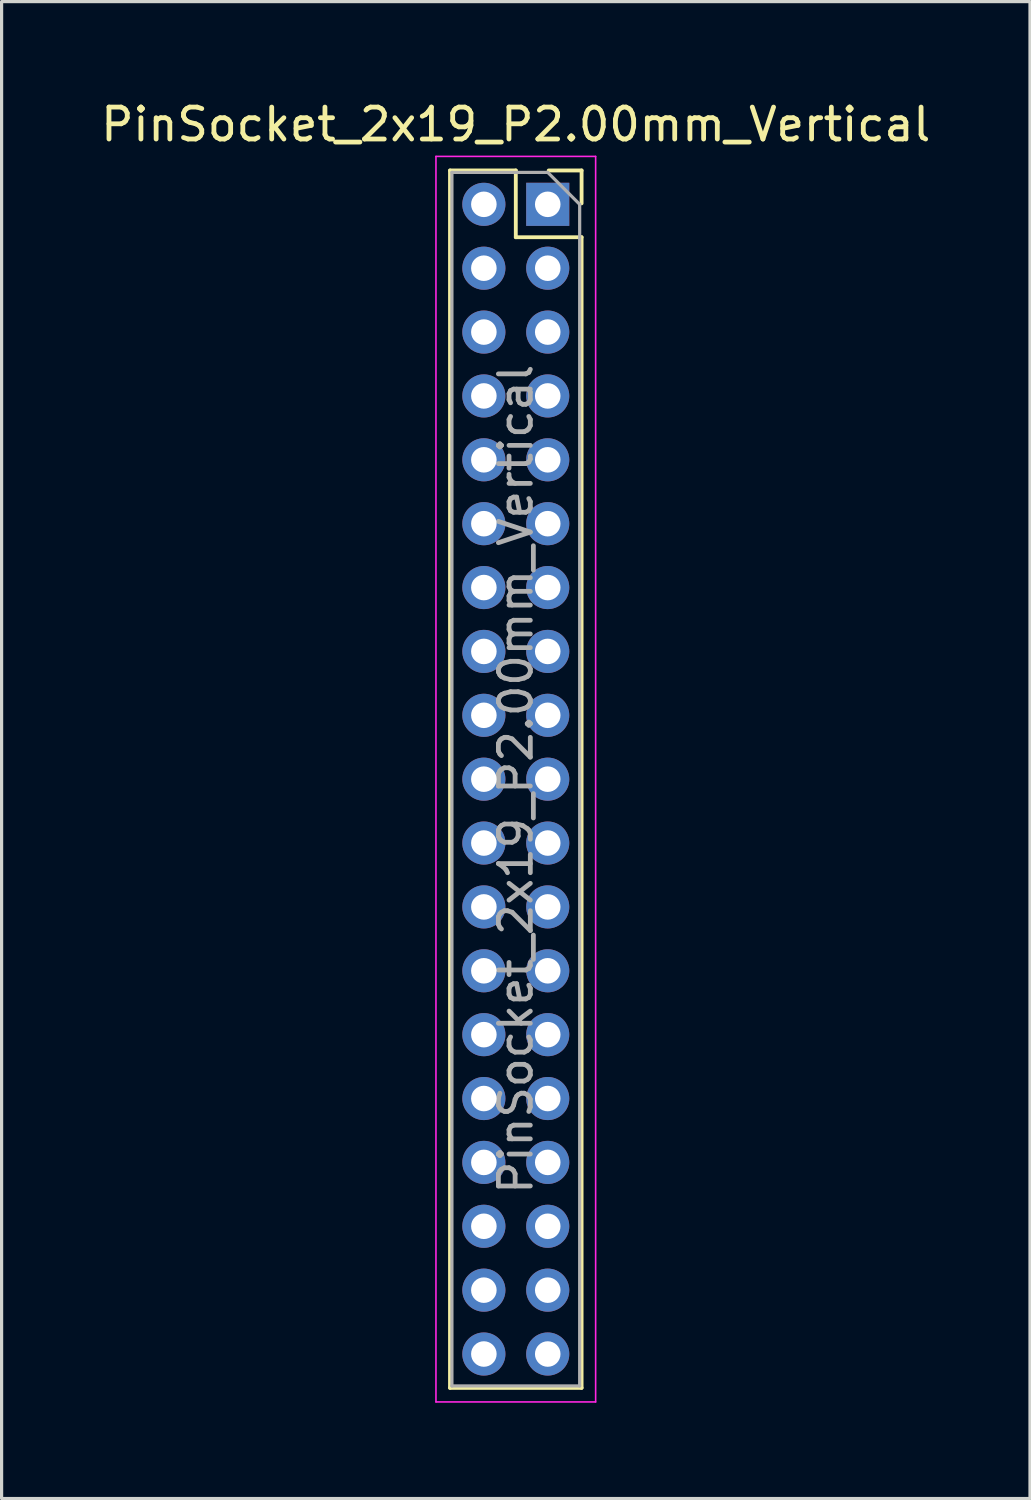
<source format=kicad_pcb>
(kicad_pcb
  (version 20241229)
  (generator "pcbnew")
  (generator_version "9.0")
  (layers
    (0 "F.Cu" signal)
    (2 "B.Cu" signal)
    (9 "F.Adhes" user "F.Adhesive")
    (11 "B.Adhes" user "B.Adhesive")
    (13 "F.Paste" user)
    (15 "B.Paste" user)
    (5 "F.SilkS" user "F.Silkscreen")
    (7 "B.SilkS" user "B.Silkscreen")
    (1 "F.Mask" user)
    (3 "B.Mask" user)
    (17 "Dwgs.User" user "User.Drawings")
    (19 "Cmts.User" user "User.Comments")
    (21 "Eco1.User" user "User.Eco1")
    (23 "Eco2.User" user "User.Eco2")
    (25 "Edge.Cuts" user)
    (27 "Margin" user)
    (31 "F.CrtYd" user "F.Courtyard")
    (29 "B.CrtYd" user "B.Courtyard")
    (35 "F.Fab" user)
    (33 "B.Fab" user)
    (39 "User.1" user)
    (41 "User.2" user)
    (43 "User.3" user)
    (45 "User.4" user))
  (footprint "PinSocket_2x19_P2.00mm_Vertical"
    (layer "F.Cu")
    (at 14.101 3.348)
    (property "Reference" "PinSocket_2x19_P2.00mm_Vertical" (at -1 -2.5 0) (layer "F.SilkS") (effects (font (size 1 1) (thickness 0.15))))
    (attr through_hole)
    (fp_line (start -3.06 -1.06) (end -3.06 37.06) (stroke (width 0.12) (type solid)) (layer "F.SilkS"))
    (fp_line (start -3.06 37.06) (end 1.06 37.06) (stroke (width 0.12) (type solid)) (layer "F.SilkS"))
    (fp_line (start -1 -1.06) (end -3.06 -1.06) (stroke (width 0.12) (type solid)) (layer "F.SilkS"))
    (fp_line (start -1 1.03) (end -1 -1.06) (stroke (width 0.12) (type solid)) (layer "F.SilkS"))
    (fp_line (start 1.06 -1.06) (end 0.03 -1.06) (stroke (width 0.12) (type solid)) (layer "F.SilkS"))
    (fp_line (start 1.06 -0.03) (end 1.06 -1.06) (stroke (width 0.12) (type solid)) (layer "F.SilkS"))
    (fp_line (start 1.06 1.03) (end -1 1.03) (stroke (width 0.12) (type solid)) (layer "F.SilkS"))
    (fp_line (start 1.06 37.06) (end 1.06 1.03) (stroke (width 0.12) (type solid)) (layer "F.SilkS"))
    (fp_line (start -3.5 -1.5) (end 1.5 -1.5) (stroke (width 0.05) (type solid)) (layer "F.CrtYd"))
    (fp_line (start -3.5 37.5) (end -3.5 -1.5) (stroke (width 0.05) (type solid)) (layer "F.CrtYd"))
    (fp_line (start 1.5 -1.5) (end 1.5 37.5) (stroke (width 0.05) (type solid)) (layer "F.CrtYd"))
    (fp_line (start 1.5 37.5) (end -3.5 37.5) (stroke (width 0.05) (type solid)) (layer "F.CrtYd"))
    (fp_line (start -3 -1) (end 0 -1) (stroke (width 0.1) (type solid)) (layer "F.Fab"))
    (fp_line (start -3 37) (end -3 -1) (stroke (width 0.1) (type solid)) (layer "F.Fab"))
    (fp_line (start 0 -1) (end 1 0) (stroke (width 0.1) (type solid)) (layer "F.Fab"))
    (fp_line (start 1 0) (end 1 37) (stroke (width 0.1) (type solid)) (layer "F.Fab"))
    (fp_line (start 1 37) (end -3 37) (stroke (width 0.1) (type solid)) (layer "F.Fab"))
    (fp_text user "${REFERENCE}" (at -1 18 90) (layer "F.Fab") (effects (font (size 1 1) (thickness 0.15))))
    (pad "1" thru_hole rect (at 0 0) (size 1.35 1.35) (drill 0.8) (layers "*.Cu" "*.Mask"))
    (pad "2" thru_hole oval (at -2 0) (size 1.35 1.35) (drill 0.8) (layers "*.Cu" "*.Mask"))
    (pad "3" thru_hole oval (at 0 2) (size 1.35 1.35) (drill 0.8) (layers "*.Cu" "*.Mask"))
    (pad "4" thru_hole oval (at -2 2) (size 1.35 1.35) (drill 0.8) (layers "*.Cu" "*.Mask"))
    (pad "5" thru_hole oval (at 0 4) (size 1.35 1.35) (drill 0.8) (layers "*.Cu" "*.Mask"))
    (pad "6" thru_hole oval (at -2 4) (size 1.35 1.35) (drill 0.8) (layers "*.Cu" "*.Mask"))
    (pad "7" thru_hole oval (at 0 6) (size 1.35 1.35) (drill 0.8) (layers "*.Cu" "*.Mask"))
    (pad "8" thru_hole oval (at -2 6) (size 1.35 1.35) (drill 0.8) (layers "*.Cu" "*.Mask"))
    (pad "9" thru_hole oval (at 0 8) (size 1.35 1.35) (drill 0.8) (layers "*.Cu" "*.Mask"))
    (pad "10" thru_hole oval (at -2 8) (size 1.35 1.35) (drill 0.8) (layers "*.Cu" "*.Mask"))
    (pad "11" thru_hole oval (at 0 10) (size 1.35 1.35) (drill 0.8) (layers "*.Cu" "*.Mask"))
    (pad "12" thru_hole oval (at -2 10) (size 1.35 1.35) (drill 0.8) (layers "*.Cu" "*.Mask"))
    (pad "13" thru_hole oval (at 0 12) (size 1.35 1.35) (drill 0.8) (layers "*.Cu" "*.Mask"))
    (pad "14" thru_hole oval (at -2 12) (size 1.35 1.35) (drill 0.8) (layers "*.Cu" "*.Mask"))
    (pad "15" thru_hole oval (at 0 14) (size 1.35 1.35) (drill 0.8) (layers "*.Cu" "*.Mask"))
    (pad "16" thru_hole oval (at -2 14) (size 1.35 1.35) (drill 0.8) (layers "*.Cu" "*.Mask"))
    (pad "17" thru_hole oval (at 0 16) (size 1.35 1.35) (drill 0.8) (layers "*.Cu" "*.Mask"))
    (pad "18" thru_hole oval (at -2 16) (size 1.35 1.35) (drill 0.8) (layers "*.Cu" "*.Mask"))
    (pad "19" thru_hole oval (at 0 18) (size 1.35 1.35) (drill 0.8) (layers "*.Cu" "*.Mask"))
    (pad "20" thru_hole oval (at -2 18) (size 1.35 1.35) (drill 0.8) (layers "*.Cu" "*.Mask"))
    (pad "21" thru_hole oval (at 0 20) (size 1.35 1.35) (drill 0.8) (layers "*.Cu" "*.Mask"))
    (pad "22" thru_hole oval (at -2 20) (size 1.35 1.35) (drill 0.8) (layers "*.Cu" "*.Mask"))
    (pad "23" thru_hole oval (at 0 22) (size 1.35 1.35) (drill 0.8) (layers "*.Cu" "*.Mask"))
    (pad "24" thru_hole oval (at -2 22) (size 1.35 1.35) (drill 0.8) (layers "*.Cu" "*.Mask"))
    (pad "25" thru_hole oval (at 0 24) (size 1.35 1.35) (drill 0.8) (layers "*.Cu" "*.Mask"))
    (pad "26" thru_hole oval (at -2 24) (size 1.35 1.35) (drill 0.8) (layers "*.Cu" "*.Mask"))
    (pad "27" thru_hole oval (at 0 26) (size 1.35 1.35) (drill 0.8) (layers "*.Cu" "*.Mask"))
    (pad "28" thru_hole oval (at -2 26) (size 1.35 1.35) (drill 0.8) (layers "*.Cu" "*.Mask"))
    (pad "29" thru_hole oval (at 0 28) (size 1.35 1.35) (drill 0.8) (layers "*.Cu" "*.Mask"))
    (pad "30" thru_hole oval (at -2 28) (size 1.35 1.35) (drill 0.8) (layers "*.Cu" "*.Mask"))
    (pad "31" thru_hole oval (at 0 30) (size 1.35 1.35) (drill 0.8) (layers "*.Cu" "*.Mask"))
    (pad "32" thru_hole oval (at -2 30) (size 1.35 1.35) (drill 0.8) (layers "*.Cu" "*.Mask"))
    (pad "33" thru_hole oval (at 0 32) (size 1.35 1.35) (drill 0.8) (layers "*.Cu" "*.Mask"))
    (pad "34" thru_hole oval (at -2 32) (size 1.35 1.35) (drill 0.8) (layers "*.Cu" "*.Mask"))
    (pad "35" thru_hole oval (at 0 34) (size 1.35 1.35) (drill 0.8) (layers "*.Cu" "*.Mask"))
    (pad "36" thru_hole oval (at -2 34) (size 1.35 1.35) (drill 0.8) (layers "*.Cu" "*.Mask"))
    (pad "37" thru_hole oval (at 0 36) (size 1.35 1.35) (drill 0.8) (layers "*.Cu" "*.Mask"))
    (pad "38" thru_hole oval (at -2 36) (size 1.35 1.35) (drill 0.8) (layers "*.Cu" "*.Mask")))
  (gr_rect
    (start -3 -3)
    (end 29.202 43.873)
    (stroke (width 0.1) (type default))
    (fill no)
    (layer "Edge.Cuts")))
</source>
